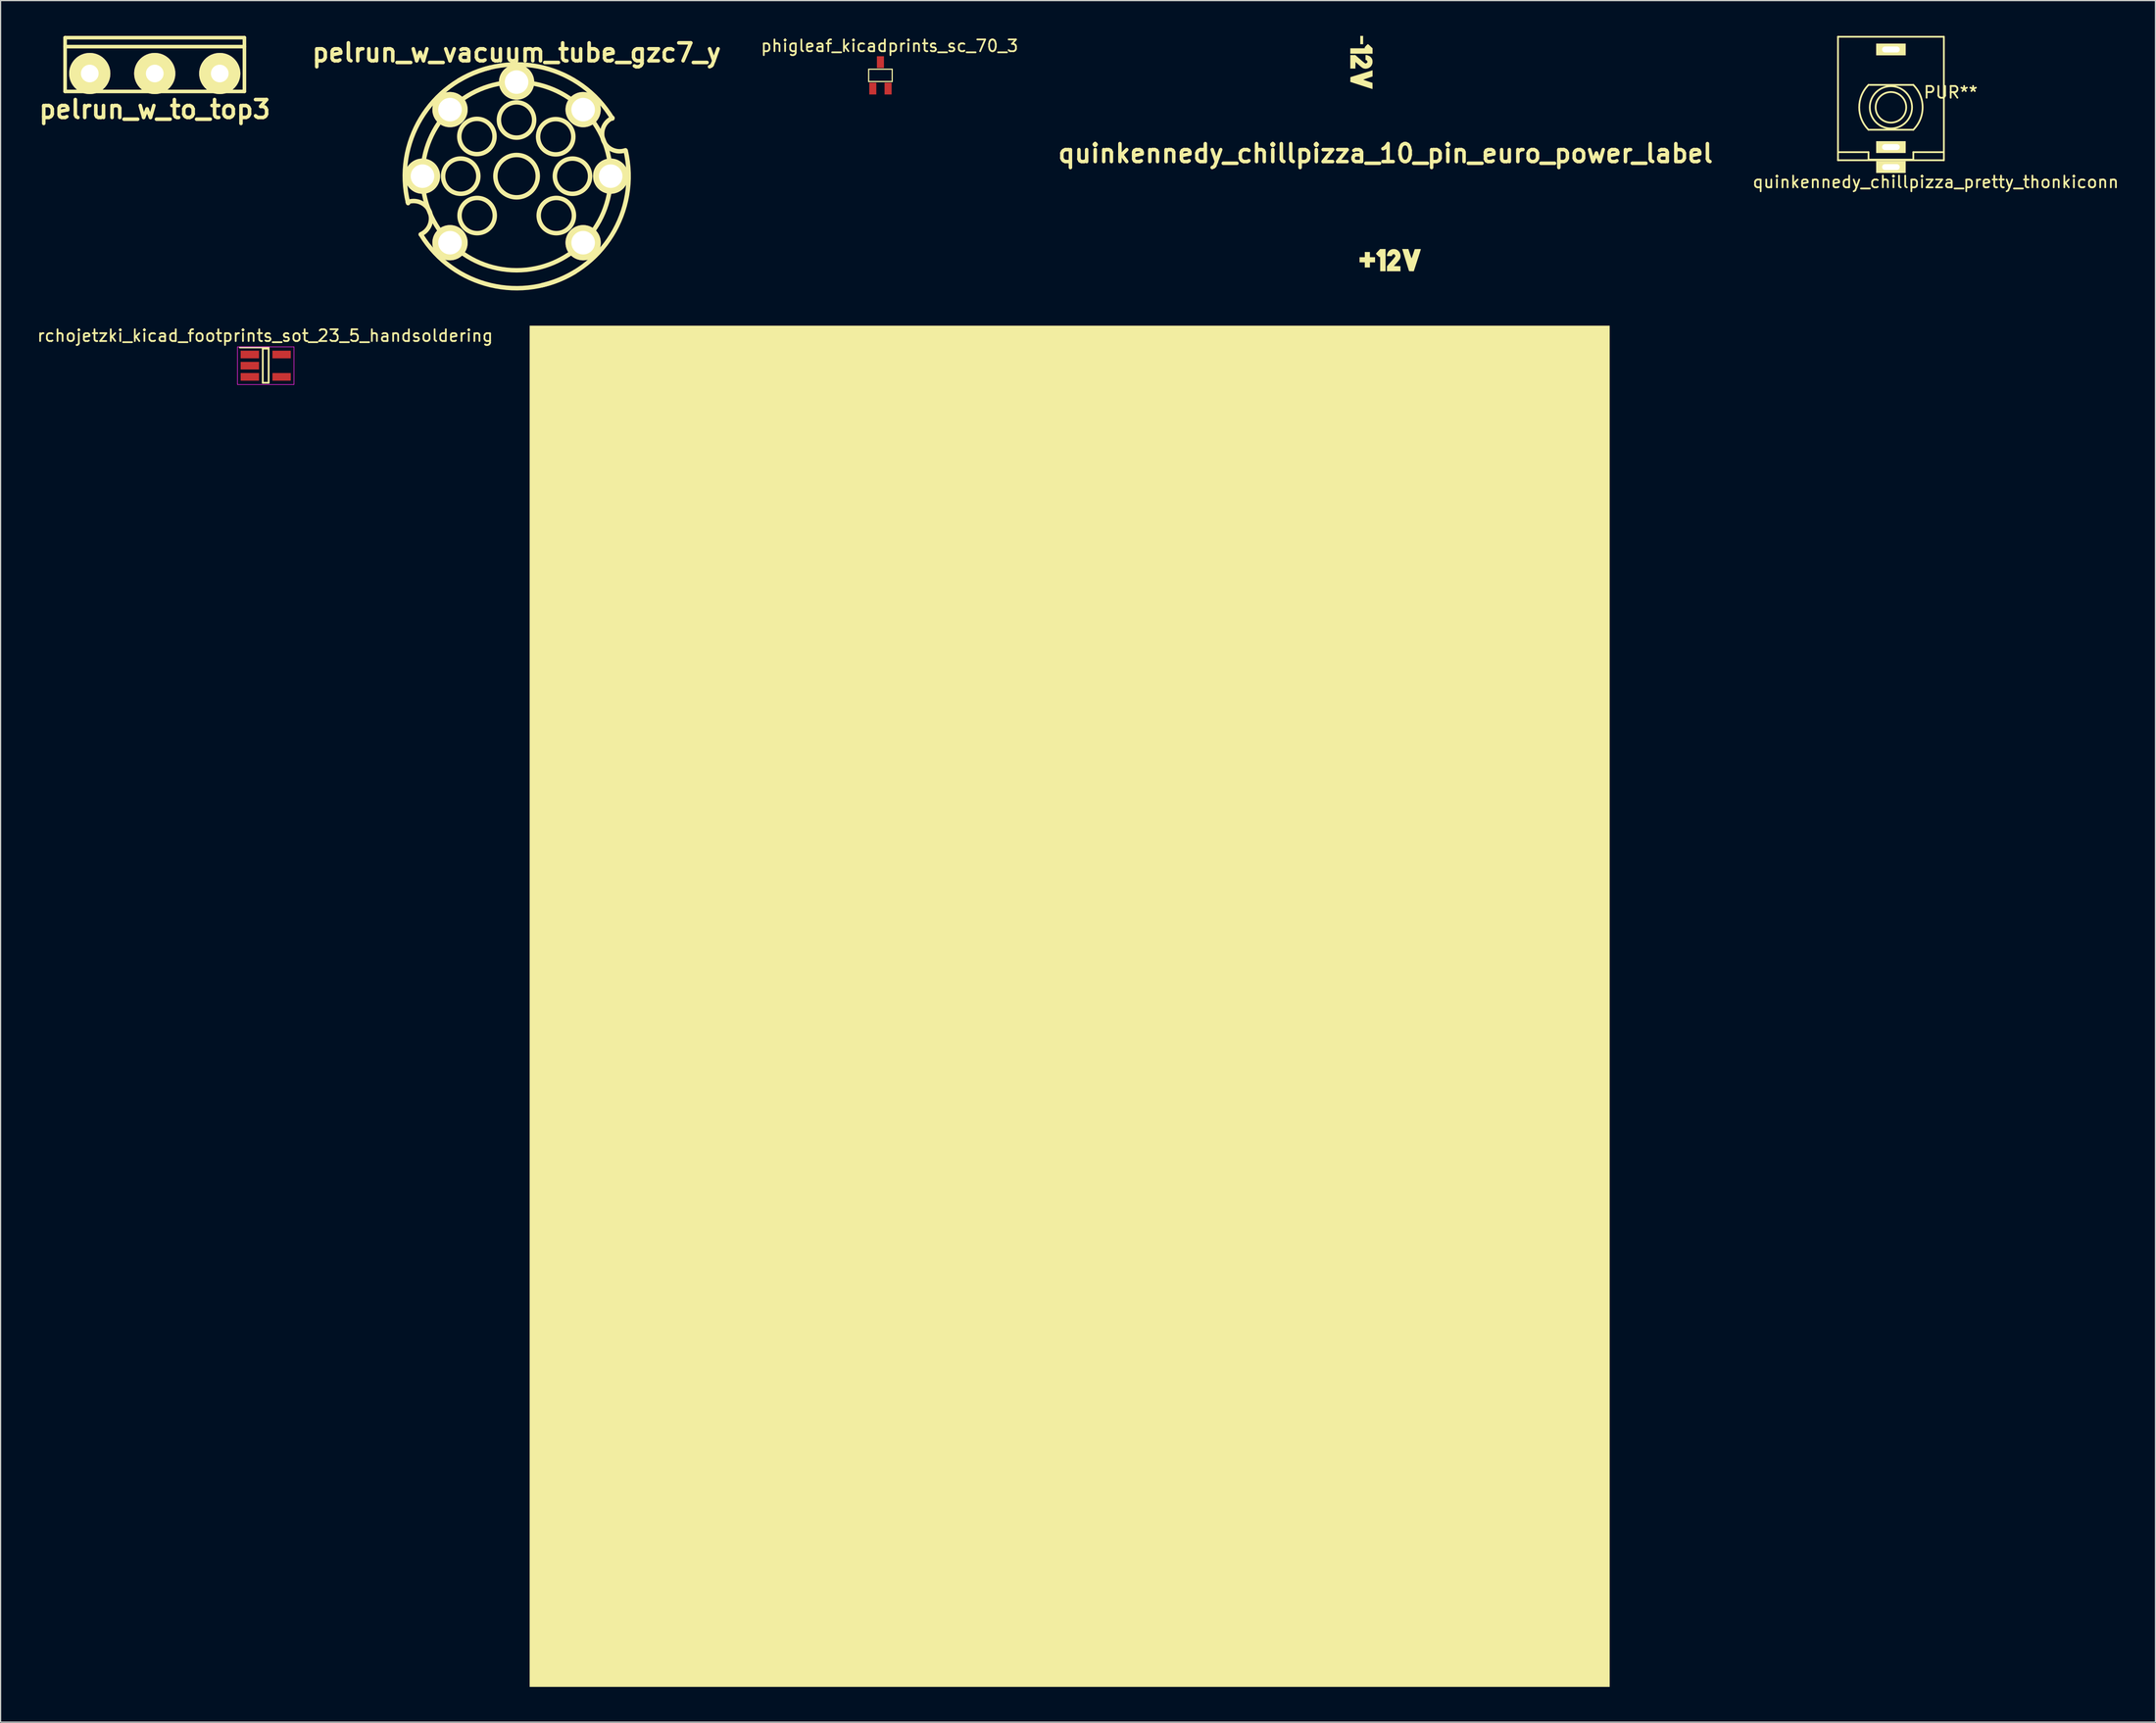
<source format=kicad_pcb>
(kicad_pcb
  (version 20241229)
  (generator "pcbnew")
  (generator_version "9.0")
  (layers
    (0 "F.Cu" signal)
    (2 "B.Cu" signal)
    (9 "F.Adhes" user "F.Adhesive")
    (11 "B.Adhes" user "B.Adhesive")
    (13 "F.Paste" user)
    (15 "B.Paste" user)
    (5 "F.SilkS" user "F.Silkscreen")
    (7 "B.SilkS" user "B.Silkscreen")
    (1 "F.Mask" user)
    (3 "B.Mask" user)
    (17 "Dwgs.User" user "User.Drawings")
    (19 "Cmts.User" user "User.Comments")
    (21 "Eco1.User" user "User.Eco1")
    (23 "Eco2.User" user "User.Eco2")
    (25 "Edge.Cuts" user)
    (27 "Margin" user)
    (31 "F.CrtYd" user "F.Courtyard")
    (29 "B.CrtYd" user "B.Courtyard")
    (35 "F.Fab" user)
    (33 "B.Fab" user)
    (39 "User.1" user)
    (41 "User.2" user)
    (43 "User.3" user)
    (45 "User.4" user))
  (footprint "quinkennedy_chillpizza_pretty_thonkiconn"
    (layer "F.Cu")
    (at 157.657 6.075)
    (property "Reference" "quinkennedy_chillpizza_pretty_thonkiconn" (at 3.81 6.35 0) (layer "F.SilkS") (effects (font (size 1 1) (thickness 0.15))))
    (attr through_hole)
    (fp_line (start -4.5 -6) (end -4.5 4.5) (stroke (width 0.15) (type solid)) (layer "F.SilkS"))
    (fp_line (start -4.5 -6) (end 4.5 -6) (stroke (width 0.15) (type solid)) (layer "F.SilkS"))
    (fp_line (start -4.5 4.5) (end 4.5 4.5) (stroke (width 0.15) (type solid)) (layer "F.SilkS"))
    (fp_line (start -4.445 3.81) (end -1.905 3.81) (stroke (width 0.15) (type solid)) (layer "F.SilkS"))
    (fp_line (start -1.905 -1.905) (end 1.905 -1.905) (stroke (width 0.15) (type solid)) (layer "F.SilkS"))
    (fp_line (start -1.905 3.81) (end -1.905 4.445) (stroke (width 0.15) (type solid)) (layer "F.SilkS"))
    (fp_line (start -1.905 4.445) (end 1.905 4.445) (stroke (width 0.15) (type solid)) (layer "F.SilkS"))
    (fp_line (start 1.905 1.905) (end -1.905 1.905) (stroke (width 0.15) (type solid)) (layer "F.SilkS"))
    (fp_line (start 1.905 3.81) (end 4.445 3.81) (stroke (width 0.15) (type solid)) (layer "F.SilkS"))
    (fp_line (start 1.905 4.445) (end 1.905 3.81) (stroke (width 0.15) (type solid)) (layer "F.SilkS"))
    (fp_line (start 4.5 -6) (end 4.5 4.5) (stroke (width 0.15) (type solid)) (layer "F.SilkS"))
    (fp_arc (start -1.905 1.905) (mid -2.694077 0) (end -1.905 -1.905) (stroke (width 0.15) (type solid)) (layer "F.SilkS"))
    (fp_arc (start 1.905 -1.905) (mid 2.694077 0) (end 1.905 1.905) (stroke (width 0.15) (type solid)) (layer "F.SilkS"))
    (fp_circle (center 0 0) (end 1.27 1.27) (stroke (width 0.15) (type solid)) (fill no) (layer "F.SilkS"))
    (fp_circle (center 0 0) (end 1.3 0) (stroke (width 0.15) (type solid)) (fill no) (layer "F.SilkS"))
    (fp_text user "PUR**" (at 5.08 -1.27 0) (layer "F.SilkS") (effects (font (size 1 1) (thickness 0.15))))
    (pad "1" thru_hole rect (at 0 5.08) (size 2.5 1) (drill oval 1.5 0.5) (layers "*.Cu" "*.Mask" "F.SilkS"))
    (pad "2" thru_hole rect (at 0 3.38) (size 2.5 1) (drill oval 1.5 0.5) (layers "*.Cu" "*.Mask" "F.SilkS"))
    (pad "3" thru_hole rect (at 0 -4.92) (size 2.5 1) (drill oval 1.5 0.5) (layers "*.Cu" "*.Mask" "F.SilkS")))
  (footprint "quinkennedy_chillpizza_10_pin_euro_power_label"
    (layer "F.Cu")
    (at 114.702 9.996)
    (property "Reference" "quinkennedy_chillpizza_10_pin_euro_power_label" (at 0 0 0) (layer "F.SilkS") (effects (font (size 1.524 1.524) (thickness 0.3))))
    (attr through_hole)
    (fp_poly (pts (xy -1.905 -9.292) (xy -2.138 -9.292) (xy -2.138 -9.991) (xy -1.905 -9.991) (xy -1.905 -9.292)) (stroke (width 0.01) (type solid)) (fill yes) (layer "F.SilkS"))
    (fp_poly (pts (xy -1.333 8.826) (xy -0.889 8.826) (xy -0.889 9.25) (xy -1.333 9.25) (xy -1.333 9.694) (xy -1.757 9.694) (xy -1.757 9.25) (xy -2.201 9.25) (xy -2.201 8.826) (xy -1.757 8.826) (xy -1.757 8.382) (xy -1.333 8.382) (xy -1.333 8.826)) (stroke (width 0.01) (type solid)) (fill yes) (layer "F.SilkS"))
    (fp_poly (pts (xy -1.464 -9.272) (xy -1.418 -9.233) (xy -1.354 -9.175) (xy -1.284 -9.11) (xy -1.101 -8.938) (xy -1.101 -8.488) (xy -2.985 -8.488) (xy -2.985 -8.932) (xy -2.345 -8.932) (xy -2.163 -8.933) (xy -2.019 -8.933) (xy -1.909 -8.935) (xy -1.83 -8.937) (xy -1.779 -8.941) (xy -1.75 -8.946) (xy -1.74 -8.953) (xy -1.745 -8.961) (xy -1.746 -8.961) (xy -1.768 -8.981) (xy -1.77 -9.002) (xy -1.749 -9.035) (xy -1.72 -9.073) (xy -1.657 -9.147) (xy -1.594 -9.212) (xy -1.54 -9.261) (xy -1.5 -9.287) (xy -1.486 -9.289) (xy -1.464 -9.272)) (stroke (width 0.01) (type solid)) (fill yes) (layer "F.SilkS"))
    (fp_poly (pts (xy 0 10.012) (xy -0.445 10.012) (xy -0.445 9.372) (xy -0.446 9.173) (xy -0.448 9.016) (xy -0.451 8.898) (xy -0.455 8.818) (xy -0.46 8.775) (xy -0.467 8.767) (xy -0.467 8.768) (xy -0.495 8.799) (xy -0.511 8.805) (xy -0.536 8.791) (xy -0.581 8.755) (xy -0.637 8.704) (xy -0.696 8.648) (xy -0.75 8.594) (xy -0.789 8.55) (xy -0.804 8.526) (xy -0.804 8.525) (xy -0.791 8.503) (xy -0.754 8.457) (xy -0.699 8.393) (xy -0.631 8.319) (xy -0.63 8.317) (xy -0.455 8.129) (xy -0.228 8.128) (xy 0 8.128) (xy 0 10.012)) (stroke (width 0.01) (type solid)) (fill yes) (layer "F.SilkS"))
    (fp_poly (pts (xy -1.101 -6.551) (xy -1.504 -6.416) (xy -1.625 -6.374) (xy -1.73 -6.337) (xy -1.814 -6.305) (xy -1.871 -6.282) (xy -1.894 -6.269) (xy -1.894 -6.268) (xy -1.87 -6.257) (xy -1.814 -6.236) (xy -1.729 -6.206) (xy -1.624 -6.169) (xy -1.504 -6.129) (xy -1.496 -6.126) (xy -1.111 -5.997) (xy -1.105 -5.74) (xy -1.104 -5.641) (xy -1.106 -5.56) (xy -1.11 -5.506) (xy -1.116 -5.484) (xy -1.116 -5.484) (xy -1.139 -5.491) (xy -1.198 -5.51) (xy -1.289 -5.539) (xy -1.409 -5.577) (xy -1.552 -5.623) (xy -1.715 -5.675) (xy -1.894 -5.733) (xy -2.059 -5.786) (xy -2.985 -6.085) (xy -2.979 -6.285) (xy -2.974 -6.485) (xy -2.037 -6.774) (xy -1.101 -7.063) (xy -1.101 -6.551)) (stroke (width 0.01) (type solid)) (fill yes) (layer "F.SilkS"))
    (fp_poly (pts (xy 0.893 8.161) (xy 1.02 8.225) (xy 1.128 8.322) (xy 1.211 8.442) (xy 1.263 8.578) (xy 1.278 8.696) (xy 1.275 8.778) (xy 1.262 8.853) (xy 1.234 8.927) (xy 1.188 9.006) (xy 1.122 9.098) (xy 1.031 9.208) (xy 0.954 9.296) (xy 0.703 9.578) (xy 1.27 9.59) (xy 1.27 10.012) (xy 0.127 10.012) (xy 0.127 9.594) (xy 0.487 9.184) (xy 0.606 9.047) (xy 0.698 8.938) (xy 0.766 8.854) (xy 0.812 8.791) (xy 0.838 8.748) (xy 0.847 8.72) (xy 0.847 8.718) (xy 0.832 8.666) (xy 0.797 8.612) (xy 0.753 8.569) (xy 0.711 8.551) (xy 0.64 8.569) (xy 0.58 8.615) (xy 0.552 8.66) (xy 0.531 8.721) (xy 0.127 8.721) (xy 0.127 8.652) (xy 0.14 8.577) (xy 0.174 8.486) (xy 0.223 8.392) (xy 0.278 8.311) (xy 0.32 8.267) (xy 0.451 8.182) (xy 0.596 8.136) (xy 0.749 8.13) (xy 0.893 8.161)) (stroke (width 0.01) (type solid)) (fill yes) (layer "F.SilkS"))
    (fp_poly (pts (xy 2.072 8.532) (xy 2.113 8.653) (xy 2.15 8.759) (xy 2.182 8.842) (xy 2.205 8.899) (xy 2.218 8.922) (xy 2.219 8.922) (xy 2.23 8.898) (xy 2.252 8.841) (xy 2.282 8.757) (xy 2.319 8.651) (xy 2.359 8.531) (xy 2.362 8.523) (xy 2.491 8.139) (xy 2.75 8.133) (xy 2.862 8.131) (xy 2.938 8.132) (xy 2.982 8.137) (xy 2.999 8.146) (xy 3 8.154) (xy 2.992 8.179) (xy 2.972 8.24) (xy 2.942 8.334) (xy 2.903 8.455) (xy 2.856 8.6) (xy 2.803 8.764) (xy 2.745 8.943) (xy 2.696 9.096) (xy 2.402 10.011) (xy 2.206 10.011) (xy 2.101 10.009) (xy 2.035 10.003) (xy 2.003 9.99) (xy 2 9.985) (xy 1.992 9.96) (xy 1.972 9.899) (xy 1.943 9.805) (xy 1.905 9.684) (xy 1.86 9.539) (xy 1.809 9.374) (xy 1.754 9.194) (xy 1.707 9.043) (xy 1.425 8.128) (xy 1.938 8.128) (xy 2.072 8.532)) (stroke (width 0.01) (type solid)) (fill yes) (layer "F.SilkS"))
    (fp_poly (pts (xy -2.157 -8.001) (xy -2.02 -7.882) (xy -1.911 -7.79) (xy -1.826 -7.722) (xy -1.764 -7.676) (xy -1.72 -7.65) (xy -1.692 -7.641) (xy -1.691 -7.641) (xy -1.639 -7.655) (xy -1.584 -7.691) (xy -1.541 -7.735) (xy -1.524 -7.777) (xy -1.542 -7.848) (xy -1.588 -7.908) (xy -1.633 -7.935) (xy -1.693 -7.956) (xy -1.693 -8.361) (xy -1.625 -8.361) (xy -1.55 -8.348) (xy -1.459 -8.314) (xy -1.365 -8.266) (xy -1.283 -8.21) (xy -1.277 -8.205) (xy -1.188 -8.103) (xy -1.13 -7.981) (xy -1.104 -7.846) (xy -1.109 -7.705) (xy -1.147 -7.568) (xy -1.218 -7.442) (xy -1.25 -7.402) (xy -1.354 -7.312) (xy -1.48 -7.247) (xy -1.617 -7.212) (xy -1.753 -7.21) (xy -1.805 -7.219) (xy -1.862 -7.235) (xy -1.915 -7.257) (xy -1.97 -7.288) (xy -2.033 -7.333) (xy -2.112 -7.397) (xy -2.211 -7.483) (xy -2.28 -7.544) (xy -2.551 -7.785) (xy -2.562 -7.218) (xy -2.985 -7.218) (xy -2.985 -8.361) (xy -2.567 -8.361) (xy -2.157 -8.001)) (stroke (width 0.01) (type solid)) (fill yes) (layer "F.SilkS")))
  (footprint "phigleaf_kicadprints_sc_70_3"
    (layer "F.Cu")
    (at 71.777 4.482)
    (property "Reference" "phigleaf_kicadprints_sc_70_3" (at 0.779 -3.634 0) (layer "F.SilkS") (effects (font (size 1 1) (thickness 0.15))))
    (attr through_hole)
    (fp_line (start -1 -1.65) (end -1 -0.6) (stroke (width 0.1) (type solid)) (layer "F.SilkS"))
    (fp_line (start -1 -1.65) (end 1 -1.65) (stroke (width 0.1) (type solid)) (layer "F.SilkS"))
    (fp_line (start -1 -0.6) (end 1 -0.6) (stroke (width 0.1) (type solid)) (layer "F.SilkS"))
    (fp_line (start 1 -1.65) (end 1 -0.6) (stroke (width 0.1) (type solid)) (layer "F.SilkS"))
    (pad "1" smd rect (at -0.65 0) (size 0.6 1) (layers "F.Cu" "F.Mask" "F.Paste"))
    (pad "2" smd rect (at 0.65 0) (size 0.6 1) (layers "F.Cu" "F.Mask" "F.Paste"))
    (pad "3" smd rect (at 0 -2.25) (size 0.6 1) (layers "F.Cu" "F.Mask" "F.Paste")))
  (footprint "rchojetzki_kicad_kicad_footprints_rchojetzki_pretty_logo_viper_116mm_92mm"
    (layer "F.Cu")
    (at 87.859 82.503)
    (property "Reference" "rchojetzki_kicad_kicad_footprints_rchojetzki_pretty_logo_viper_116mm_92mm" (at 0 0 0) (layer "F.SilkS") (effects (font (size 1.524 1.524) (thickness 0.3))))
    (attr through_hole)
    (fp_poly (pts (xy 45.889 57.856) (xy -45.889 57.856) (xy -45.889 -57.856) (xy 45.889 -57.856) (xy 45.889 57.856)) (stroke (width 0.01) (type solid)) (fill yes) (layer "F.SilkS")))
  (footprint "rchojetzki_kicad_footprints_sot_23_5_handsoldering"
    (layer "F.Cu")
    (at 19.532 28.041)
    (property "Reference" "rchojetzki_kicad_footprints_sot_23_5_handsoldering" (at -0.05 -2.55 0) (layer "F.SilkS") (effects (font (size 1 1) (thickness 0.15))))
    (attr smd)
    (fp_line (start -0.25 -1.45) (end -0.25 1.45) (stroke (width 0.15) (type solid)) (layer "F.SilkS"))
    (fp_line (start -0.25 1.45) (end 0.25 1.45) (stroke (width 0.15) (type solid)) (layer "F.SilkS"))
    (fp_line (start 0.25 -1.55) (end -2.2 -1.55) (stroke (width 0.15) (type solid)) (layer "F.SilkS"))
    (fp_line (start 0.25 -1.45) (end -0.25 -1.45) (stroke (width 0.15) (type solid)) (layer "F.SilkS"))
    (fp_line (start 0.25 1.45) (end 0.25 -1.45) (stroke (width 0.15) (type solid)) (layer "F.SilkS"))
    (fp_line (start -2.4 -1.6) (end 2.4 -1.6) (stroke (width 0.05) (type solid)) (layer "F.CrtYd"))
    (fp_line (start -2.4 1.6) (end -2.4 -1.6) (stroke (width 0.05) (type solid)) (layer "F.CrtYd"))
    (fp_line (start 2.4 -1.6) (end 2.4 1.6) (stroke (width 0.05) (type solid)) (layer "F.CrtYd"))
    (fp_line (start 2.4 1.6) (end -2.4 1.6) (stroke (width 0.05) (type solid)) (layer "F.CrtYd"))
    (pad "1" smd rect (at -1.35 -0.95) (size 1.56 0.65) (layers "F.Cu" "F.Mask" "F.Paste"))
    (pad "2" smd rect (at -1.35 0) (size 1.56 0.65) (layers "F.Cu" "F.Mask" "F.Paste"))
    (pad "3" smd rect (at -1.35 0.95) (size 1.56 0.65) (layers "F.Cu" "F.Mask" "F.Paste"))
    (pad "4" smd rect (at 1.35 0.95) (size 1.56 0.65) (layers "F.Cu" "F.Mask" "F.Paste"))
    (pad "5" smd rect (at 1.35 -0.95) (size 1.56 0.65) (layers "F.Cu" "F.Mask" "F.Paste")))
  (footprint "pelrun_w_vacuum_tube_gzc7_y"
    (layer "F.Cu")
    (at 40.853 11.927)
    (property "Reference" "pelrun_w_vacuum_tube_gzc7_y" (at 0 -10.5 0) (layer "F.SilkS") (effects (font (size 1.524 1.524) (thickness 0.305))))
    (attr through_hole)
    (fp_arc (start -9.25068 2.19964) (mid -8.114498 2.255734) (end -7.35076 3.0988) (stroke (width 0.37846) (type solid)) (layer "F.SilkS"))
    (fp_arc (start -9.2202 2.29108) (mid -8.139704 -4.899628) (end -2.29108 -9.2202) (stroke (width 0.37846) (type solid)) (layer "F.SilkS"))
    (fp_arc (start -7.39902 2.99974) (mid -7.370933 4.130811) (end -8.15086 4.95046) (stroke (width 0.37846) (type solid)) (layer "F.SilkS"))
    (fp_arc (start -4.89966 -8.1407) (mid 2.291761 -9.220927) (end 8.1407 -4.89966) (stroke (width 0.37846) (type solid)) (layer "F.SilkS"))
    (fp_arc (start 4.98094 8.12038) (mid -2.219919 9.264032) (end -8.12038 4.98094) (stroke (width 0.37846) (type solid)) (layer "F.SilkS"))
    (fp_arc (start 7.39902 -2.99974) (mid 7.370933 -4.130811) (end 8.15086 -4.95046) (stroke (width 0.37846) (type solid)) (layer "F.SilkS"))
    (fp_arc (start 9.25068 -2.19964) (mid 8.114498 -2.255734) (end 7.35076 -3.0988) (stroke (width 0.37846) (type solid)) (layer "F.SilkS"))
    (fp_arc (start 9.271 -2.16916) (mid 8.089415 5.021759) (end 2.16916 9.271) (stroke (width 0.37846) (type solid)) (layer "F.SilkS"))
    (fp_circle (center -4.747 0) (end -3.249 0) (stroke (width 0.378) (type solid)) (fill no) (layer "F.SilkS"))
    (fp_circle (center -3.371 -3.373) (end -1.872 -3.373) (stroke (width 0.378) (type solid)) (fill no) (layer "F.SilkS"))
    (fp_circle (center -3.35 3.35) (end -1.852 3.35) (stroke (width 0.378) (type solid)) (fill no) (layer "F.SilkS"))
    (fp_circle (center -0.003 -4.775) (end 1.496 -4.775) (stroke (width 0.378) (type solid)) (fill no) (layer "F.SilkS"))
    (fp_circle (center 0 0) (end 1.801 0) (stroke (width 0.378) (type solid)) (fill no) (layer "F.SilkS"))
    (fp_circle (center 0 0) (end 8.001 0) (stroke (width 0.378) (type solid)) (fill no) (layer "F.SilkS"))
    (fp_circle (center 3.327 -3.35) (end 4.826 -3.35) (stroke (width 0.378) (type solid)) (fill no) (layer "F.SilkS"))
    (fp_circle (center 3.378 3.35) (end 4.877 3.35) (stroke (width 0.378) (type solid)) (fill no) (layer "F.SilkS"))
    (fp_circle (center 4.75 0.003) (end 6.248 0.003) (stroke (width 0.378) (type solid)) (fill no) (layer "F.SilkS"))
    (pad "1" thru_hole circle (at 5.657 5.657) (size 2.997 2.997) (drill 1.999) (layers "*.Cu" "*.Mask" "F.SilkS"))
    (pad "2" thru_hole circle (at 7.998 0) (size 2.997 2.997) (drill 1.999) (layers "*.Cu" "*.Mask" "F.SilkS"))
    (pad "3" thru_hole circle (at 5.657 -5.657) (size 2.997 2.997) (drill 1.999) (layers "*.Cu" "*.Mask" "F.SilkS"))
    (pad "4" thru_hole circle (at 0 -7.998) (size 2.997 2.997) (drill 1.999) (layers "*.Cu" "*.Mask" "F.SilkS"))
    (pad "5" thru_hole circle (at -5.657 -5.657) (size 2.997 2.997) (drill 1.999) (layers "*.Cu" "*.Mask" "F.SilkS"))
    (pad "6" thru_hole circle (at -7.998 0) (size 2.997 2.997) (drill 1.999) (layers "*.Cu" "*.Mask" "F.SilkS"))
    (pad "7" thru_hole circle (at -5.657 5.657) (size 2.997 2.997) (drill 1.999) (layers "*.Cu" "*.Mask" "F.SilkS")))
  (footprint "pelrun_w_to_top3"
    (layer "F.Cu")
    (at 10.102 3.2)
    (property "Reference" "pelrun_w_to_top3" (at 0 3.048 0) (layer "F.SilkS") (effects (font (size 1.524 1.524) (thickness 0.305))))
    (attr through_hole)
    (fp_line (start -7.62 -3.048) (end -7.62 1.524) (stroke (width 0.305) (type solid)) (layer "F.SilkS"))
    (fp_line (start -7.62 -2.286) (end 7.62 -2.286) (stroke (width 0.305) (type solid)) (layer "F.SilkS"))
    (fp_line (start -7.62 1.524) (end 7.62 1.524) (stroke (width 0.305) (type solid)) (layer "F.SilkS"))
    (fp_line (start 7.62 -3.048) (end -7.62 -3.048) (stroke (width 0.305) (type solid)) (layer "F.SilkS"))
    (fp_line (start 7.62 1.524) (end 7.62 -3.048) (stroke (width 0.305) (type solid)) (layer "F.SilkS"))
    (pad "1" thru_hole circle (at 5.524 0) (size 3.5 3.5) (drill 1.501) (layers "*.Cu" "*.Mask" "F.SilkS"))
    (pad "2" thru_hole circle (at 0 0) (size 3.5 3.5) (drill 1.501) (layers "*.Cu" "*.Mask" "F.SilkS"))
    (pad "3" thru_hole circle (at -5.524 0) (size 3.5 3.5) (drill 1.501) (layers "*.Cu" "*.Mask" "F.SilkS")))
  (gr_rect
    (start -3 -3)
    (end 180.14 143.363)
    (stroke (width 0.1) (type default))
    (fill no)
    (layer "Edge.Cuts")))
</source>
